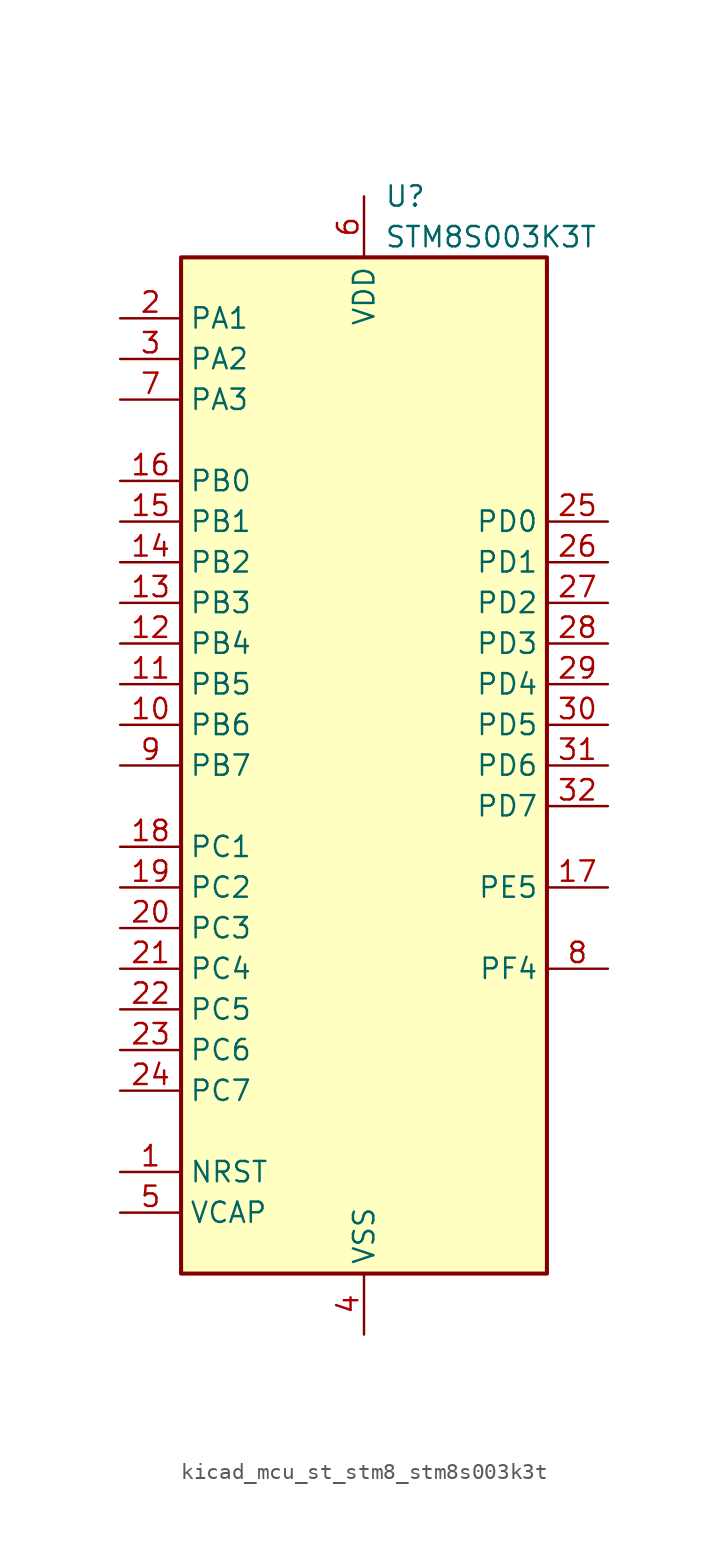
<source format=kicad_sym>
(kicad_symbol_lib
  (version 20220914)
  (generator kicad_symbol_editor)
  (symbol "kicad_mcu_st_stm8_stm8s003k3t"
    (property "Reference" "U"
      (at 1.27 35.56 0)
      (effects (font (size 1.27 1.27)) (justify left)))
    (property "Value" "STM8S003K3T"
      (at 1.27 33.02 0)
      (effects (font (size 1.27 1.27)) (justify left)))
    (symbol "kicad_mcu_st_stm8_stm8s003k3t_0_1"
      (rectangle (start -11.43 31.75) (end 11.43 -31.75) (stroke (width 0.254) (type default)) (fill (type background))))
    (symbol "kicad_mcu_st_stm8_stm8s003k3t_1_1"
      (pin input line (at -15.24 -25.4 0) (length 3.81) (name "NRST" (effects (font (size 1.27 1.27)))) (number "1" (effects (font (size 1.27 1.27)))))
      (pin bidirectional line (at -15.24 2.54 0) (length 3.81) (name "PB6" (effects (font (size 1.27 1.27)))) (number "10" (effects (font (size 1.27 1.27)))))
      (pin bidirectional line (at -15.24 5.08 0) (length 3.81) (name "PB5" (effects (font (size 1.27 1.27)))) (number "11" (effects (font (size 1.27 1.27)))))
      (pin bidirectional line (at -15.24 7.62 0) (length 3.81) (name "PB4" (effects (font (size 1.27 1.27)))) (number "12" (effects (font (size 1.27 1.27)))))
      (pin bidirectional line (at -15.24 10.16 0) (length 3.81) (name "PB3" (effects (font (size 1.27 1.27)))) (number "13" (effects (font (size 1.27 1.27)))))
      (pin bidirectional line (at -15.24 12.7 0) (length 3.81) (name "PB2" (effects (font (size 1.27 1.27)))) (number "14" (effects (font (size 1.27 1.27)))))
      (pin bidirectional line (at -15.24 15.24 0) (length 3.81) (name "PB1" (effects (font (size 1.27 1.27)))) (number "15" (effects (font (size 1.27 1.27)))))
      (pin bidirectional line (at -15.24 17.78 0) (length 3.81) (name "PB0" (effects (font (size 1.27 1.27)))) (number "16" (effects (font (size 1.27 1.27)))))
      (pin bidirectional line (at 15.24 -7.62 180) (length 3.81) (name "PE5" (effects (font (size 1.27 1.27)))) (number "17" (effects (font (size 1.27 1.27)))))
      (pin bidirectional line (at -15.24 -5.08 0) (length 3.81) (name "PC1" (effects (font (size 1.27 1.27)))) (number "18" (effects (font (size 1.27 1.27)))))
      (pin bidirectional line (at -15.24 -7.62 0) (length 3.81) (name "PC2" (effects (font (size 1.27 1.27)))) (number "19" (effects (font (size 1.27 1.27)))))
      (pin bidirectional line (at -15.24 27.94 0) (length 3.81) (name "PA1" (effects (font (size 1.27 1.27)))) (number "2" (effects (font (size 1.27 1.27)))))
      (pin bidirectional line (at -15.24 -10.16 0) (length 3.81) (name "PC3" (effects (font (size 1.27 1.27)))) (number "20" (effects (font (size 1.27 1.27)))))
      (pin bidirectional line (at -15.24 -12.7 0) (length 3.81) (name "PC4" (effects (font (size 1.27 1.27)))) (number "21" (effects (font (size 1.27 1.27)))))
      (pin bidirectional line (at -15.24 -15.24 0) (length 3.81) (name "PC5" (effects (font (size 1.27 1.27)))) (number "22" (effects (font (size 1.27 1.27)))))
      (pin bidirectional line (at -15.24 -17.78 0) (length 3.81) (name "PC6" (effects (font (size 1.27 1.27)))) (number "23" (effects (font (size 1.27 1.27)))))
      (pin bidirectional line (at -15.24 -20.32 0) (length 3.81) (name "PC7" (effects (font (size 1.27 1.27)))) (number "24" (effects (font (size 1.27 1.27)))))
      (pin bidirectional line (at 15.24 15.24 180) (length 3.81) (name "PD0" (effects (font (size 1.27 1.27)))) (number "25" (effects (font (size 1.27 1.27)))))
      (pin bidirectional line (at 15.24 12.7 180) (length 3.81) (name "PD1" (effects (font (size 1.27 1.27)))) (number "26" (effects (font (size 1.27 1.27)))))
      (pin bidirectional line (at 15.24 10.16 180) (length 3.81) (name "PD2" (effects (font (size 1.27 1.27)))) (number "27" (effects (font (size 1.27 1.27)))))
      (pin bidirectional line (at 15.24 7.62 180) (length 3.81) (name "PD3" (effects (font (size 1.27 1.27)))) (number "28" (effects (font (size 1.27 1.27)))))
      (pin bidirectional line (at 15.24 5.08 180) (length 3.81) (name "PD4" (effects (font (size 1.27 1.27)))) (number "29" (effects (font (size 1.27 1.27)))))
      (pin bidirectional line (at -15.24 25.4 0) (length 3.81) (name "PA2" (effects (font (size 1.27 1.27)))) (number "3" (effects (font (size 1.27 1.27)))))
      (pin bidirectional line (at 15.24 2.54 180) (length 3.81) (name "PD5" (effects (font (size 1.27 1.27)))) (number "30" (effects (font (size 1.27 1.27)))))
      (pin bidirectional line (at 15.24 0 180) (length 3.81) (name "PD6" (effects (font (size 1.27 1.27)))) (number "31" (effects (font (size 1.27 1.27)))))
      (pin bidirectional line (at 15.24 -2.54 180) (length 3.81) (name "PD7" (effects (font (size 1.27 1.27)))) (number "32" (effects (font (size 1.27 1.27)))))
      (pin power_in line (at 0 -35.56 90) (length 3.81) (name "VSS" (effects (font (size 1.27 1.27)))) (number "4" (effects (font (size 1.27 1.27)))))
      (pin input line (at -15.24 -27.94 0) (length 3.81) (name "VCAP" (effects (font (size 1.27 1.27)))) (number "5" (effects (font (size 1.27 1.27)))))
      (pin power_in line (at 0 35.56 270) (length 3.81) (name "VDD" (effects (font (size 1.27 1.27)))) (number "6" (effects (font (size 1.27 1.27)))))
      (pin bidirectional line (at -15.24 22.86 0) (length 3.81) (name "PA3" (effects (font (size 1.27 1.27)))) (number "7" (effects (font (size 1.27 1.27)))))
      (pin bidirectional line (at 15.24 -12.7 180) (length 3.81) (name "PF4" (effects (font (size 1.27 1.27)))) (number "8" (effects (font (size 1.27 1.27)))))
      (pin bidirectional line (at -15.24 0 0) (length 3.81) (name "PB7" (effects (font (size 1.27 1.27)))) (number "9" (effects (font (size 1.27 1.27))))))))
</source>
